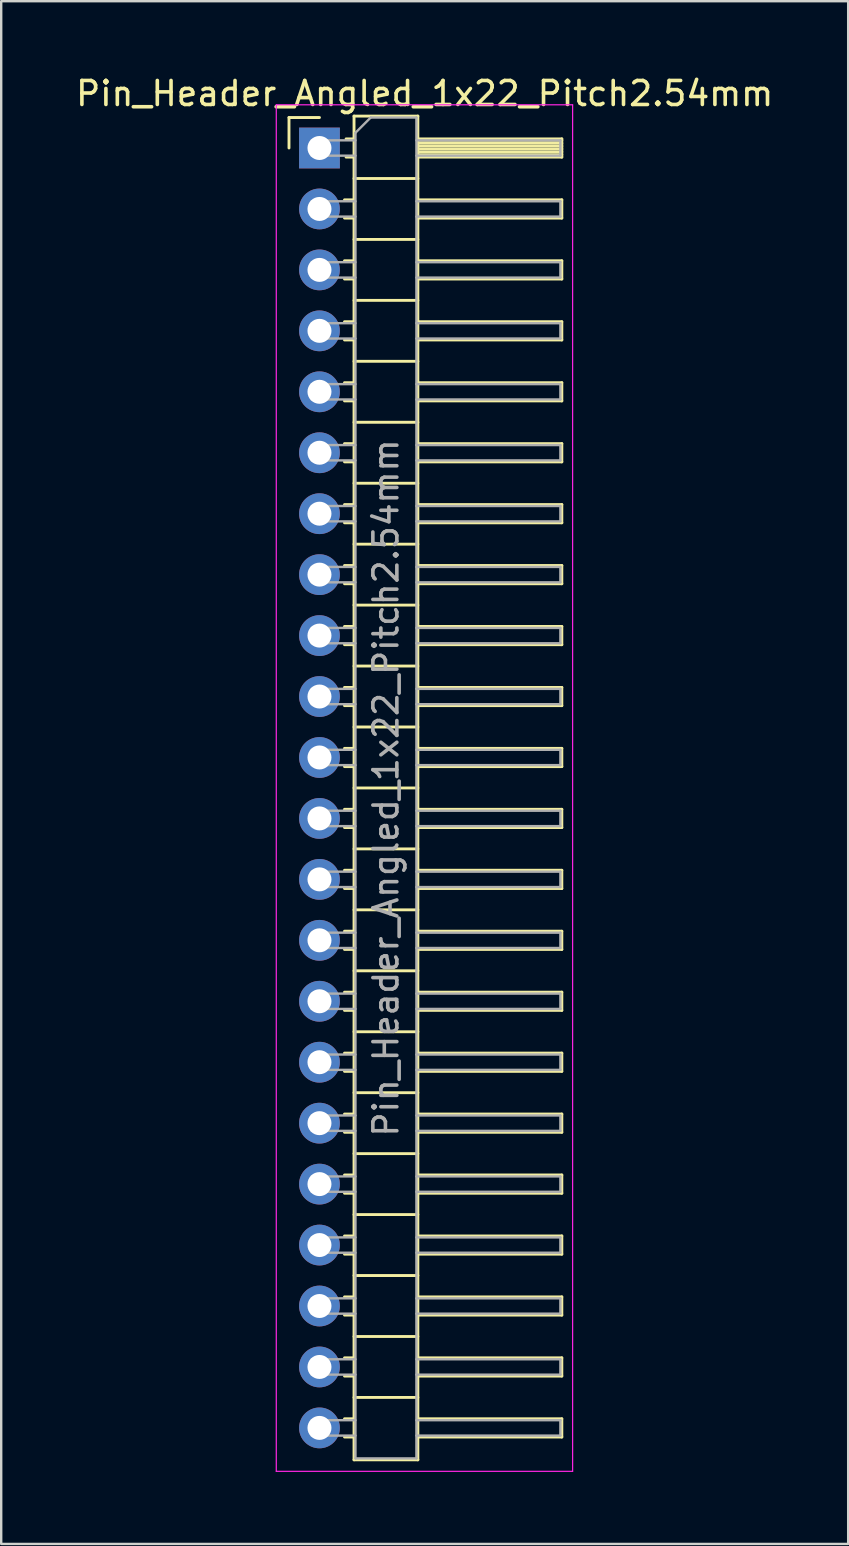
<source format=kicad_pcb>
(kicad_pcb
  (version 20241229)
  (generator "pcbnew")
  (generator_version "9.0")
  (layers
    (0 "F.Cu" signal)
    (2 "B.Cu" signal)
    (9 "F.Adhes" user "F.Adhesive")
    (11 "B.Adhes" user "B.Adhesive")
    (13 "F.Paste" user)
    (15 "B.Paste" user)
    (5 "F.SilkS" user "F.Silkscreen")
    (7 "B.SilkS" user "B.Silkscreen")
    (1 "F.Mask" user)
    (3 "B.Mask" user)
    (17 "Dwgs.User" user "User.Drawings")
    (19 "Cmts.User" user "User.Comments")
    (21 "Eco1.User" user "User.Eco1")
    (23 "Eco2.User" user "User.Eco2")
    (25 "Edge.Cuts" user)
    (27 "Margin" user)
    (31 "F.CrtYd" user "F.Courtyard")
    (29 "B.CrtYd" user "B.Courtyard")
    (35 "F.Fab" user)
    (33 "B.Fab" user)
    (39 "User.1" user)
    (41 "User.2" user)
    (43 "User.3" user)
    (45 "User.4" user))
  (footprint "Pin_Header_Angled_1x22_Pitch2.54mm"
    (layer "F.Cu")
    (at 10.264 3.118)
    (property "Reference" "Pin_Header_Angled_1x22_Pitch2.54mm" (at 4.385 -2.27 0) (layer "F.SilkS") (effects (font (size 1 1) (thickness 0.15))))
    (attr through_hole)
    (fp_line (start -1.27 -1.27) (end 0 -1.27) (stroke (width 0.12) (type solid)) (layer "F.SilkS"))
    (fp_line (start -1.27 0) (end -1.27 -1.27) (stroke (width 0.12) (type solid)) (layer "F.SilkS"))
    (fp_line (start 1.043 2.16) (end 1.44 2.16) (stroke (width 0.12) (type solid)) (layer "F.SilkS"))
    (fp_line (start 1.043 2.92) (end 1.44 2.92) (stroke (width 0.12) (type solid)) (layer "F.SilkS"))
    (fp_line (start 1.043 4.7) (end 1.44 4.7) (stroke (width 0.12) (type solid)) (layer "F.SilkS"))
    (fp_line (start 1.043 5.46) (end 1.44 5.46) (stroke (width 0.12) (type solid)) (layer "F.SilkS"))
    (fp_line (start 1.043 7.24) (end 1.44 7.24) (stroke (width 0.12) (type solid)) (layer "F.SilkS"))
    (fp_line (start 1.043 8) (end 1.44 8) (stroke (width 0.12) (type solid)) (layer "F.SilkS"))
    (fp_line (start 1.043 9.78) (end 1.44 9.78) (stroke (width 0.12) (type solid)) (layer "F.SilkS"))
    (fp_line (start 1.043 10.54) (end 1.44 10.54) (stroke (width 0.12) (type solid)) (layer "F.SilkS"))
    (fp_line (start 1.043 12.32) (end 1.44 12.32) (stroke (width 0.12) (type solid)) (layer "F.SilkS"))
    (fp_line (start 1.043 13.08) (end 1.44 13.08) (stroke (width 0.12) (type solid)) (layer "F.SilkS"))
    (fp_line (start 1.043 14.86) (end 1.44 14.86) (stroke (width 0.12) (type solid)) (layer "F.SilkS"))
    (fp_line (start 1.043 15.62) (end 1.44 15.62) (stroke (width 0.12) (type solid)) (layer "F.SilkS"))
    (fp_line (start 1.043 17.4) (end 1.44 17.4) (stroke (width 0.12) (type solid)) (layer "F.SilkS"))
    (fp_line (start 1.043 18.16) (end 1.44 18.16) (stroke (width 0.12) (type solid)) (layer "F.SilkS"))
    (fp_line (start 1.043 19.94) (end 1.44 19.94) (stroke (width 0.12) (type solid)) (layer "F.SilkS"))
    (fp_line (start 1.043 20.7) (end 1.44 20.7) (stroke (width 0.12) (type solid)) (layer "F.SilkS"))
    (fp_line (start 1.043 22.48) (end 1.44 22.48) (stroke (width 0.12) (type solid)) (layer "F.SilkS"))
    (fp_line (start 1.043 23.24) (end 1.44 23.24) (stroke (width 0.12) (type solid)) (layer "F.SilkS"))
    (fp_line (start 1.043 25.02) (end 1.44 25.02) (stroke (width 0.12) (type solid)) (layer "F.SilkS"))
    (fp_line (start 1.043 25.78) (end 1.44 25.78) (stroke (width 0.12) (type solid)) (layer "F.SilkS"))
    (fp_line (start 1.043 27.56) (end 1.44 27.56) (stroke (width 0.12) (type solid)) (layer "F.SilkS"))
    (fp_line (start 1.043 28.32) (end 1.44 28.32) (stroke (width 0.12) (type solid)) (layer "F.SilkS"))
    (fp_line (start 1.043 30.1) (end 1.44 30.1) (stroke (width 0.12) (type solid)) (layer "F.SilkS"))
    (fp_line (start 1.043 30.86) (end 1.44 30.86) (stroke (width 0.12) (type solid)) (layer "F.SilkS"))
    (fp_line (start 1.043 32.64) (end 1.44 32.64) (stroke (width 0.12) (type solid)) (layer "F.SilkS"))
    (fp_line (start 1.043 33.4) (end 1.44 33.4) (stroke (width 0.12) (type solid)) (layer "F.SilkS"))
    (fp_line (start 1.043 35.18) (end 1.44 35.18) (stroke (width 0.12) (type solid)) (layer "F.SilkS"))
    (fp_line (start 1.043 35.94) (end 1.44 35.94) (stroke (width 0.12) (type solid)) (layer "F.SilkS"))
    (fp_line (start 1.043 37.72) (end 1.44 37.72) (stroke (width 0.12) (type solid)) (layer "F.SilkS"))
    (fp_line (start 1.043 38.48) (end 1.44 38.48) (stroke (width 0.12) (type solid)) (layer "F.SilkS"))
    (fp_line (start 1.043 40.26) (end 1.44 40.26) (stroke (width 0.12) (type solid)) (layer "F.SilkS"))
    (fp_line (start 1.043 41.02) (end 1.44 41.02) (stroke (width 0.12) (type solid)) (layer "F.SilkS"))
    (fp_line (start 1.043 42.8) (end 1.44 42.8) (stroke (width 0.12) (type solid)) (layer "F.SilkS"))
    (fp_line (start 1.043 43.56) (end 1.44 43.56) (stroke (width 0.12) (type solid)) (layer "F.SilkS"))
    (fp_line (start 1.043 45.34) (end 1.44 45.34) (stroke (width 0.12) (type solid)) (layer "F.SilkS"))
    (fp_line (start 1.043 46.1) (end 1.44 46.1) (stroke (width 0.12) (type solid)) (layer "F.SilkS"))
    (fp_line (start 1.043 47.88) (end 1.44 47.88) (stroke (width 0.12) (type solid)) (layer "F.SilkS"))
    (fp_line (start 1.043 48.64) (end 1.44 48.64) (stroke (width 0.12) (type solid)) (layer "F.SilkS"))
    (fp_line (start 1.043 50.42) (end 1.44 50.42) (stroke (width 0.12) (type solid)) (layer "F.SilkS"))
    (fp_line (start 1.043 51.18) (end 1.44 51.18) (stroke (width 0.12) (type solid)) (layer "F.SilkS"))
    (fp_line (start 1.043 52.96) (end 1.44 52.96) (stroke (width 0.12) (type solid)) (layer "F.SilkS"))
    (fp_line (start 1.043 53.72) (end 1.44 53.72) (stroke (width 0.12) (type solid)) (layer "F.SilkS"))
    (fp_line (start 1.11 -0.38) (end 1.44 -0.38) (stroke (width 0.12) (type solid)) (layer "F.SilkS"))
    (fp_line (start 1.11 0.38) (end 1.44 0.38) (stroke (width 0.12) (type solid)) (layer "F.SilkS"))
    (fp_line (start 1.44 -1.33) (end 1.44 54.67) (stroke (width 0.12) (type solid)) (layer "F.SilkS"))
    (fp_line (start 1.44 1.27) (end 4.1 1.27) (stroke (width 0.12) (type solid)) (layer "F.SilkS"))
    (fp_line (start 1.44 3.81) (end 4.1 3.81) (stroke (width 0.12) (type solid)) (layer "F.SilkS"))
    (fp_line (start 1.44 6.35) (end 4.1 6.35) (stroke (width 0.12) (type solid)) (layer "F.SilkS"))
    (fp_line (start 1.44 8.89) (end 4.1 8.89) (stroke (width 0.12) (type solid)) (layer "F.SilkS"))
    (fp_line (start 1.44 11.43) (end 4.1 11.43) (stroke (width 0.12) (type solid)) (layer "F.SilkS"))
    (fp_line (start 1.44 13.97) (end 4.1 13.97) (stroke (width 0.12) (type solid)) (layer "F.SilkS"))
    (fp_line (start 1.44 16.51) (end 4.1 16.51) (stroke (width 0.12) (type solid)) (layer "F.SilkS"))
    (fp_line (start 1.44 19.05) (end 4.1 19.05) (stroke (width 0.12) (type solid)) (layer "F.SilkS"))
    (fp_line (start 1.44 21.59) (end 4.1 21.59) (stroke (width 0.12) (type solid)) (layer "F.SilkS"))
    (fp_line (start 1.44 24.13) (end 4.1 24.13) (stroke (width 0.12) (type solid)) (layer "F.SilkS"))
    (fp_line (start 1.44 26.67) (end 4.1 26.67) (stroke (width 0.12) (type solid)) (layer "F.SilkS"))
    (fp_line (start 1.44 29.21) (end 4.1 29.21) (stroke (width 0.12) (type solid)) (layer "F.SilkS"))
    (fp_line (start 1.44 31.75) (end 4.1 31.75) (stroke (width 0.12) (type solid)) (layer "F.SilkS"))
    (fp_line (start 1.44 34.29) (end 4.1 34.29) (stroke (width 0.12) (type solid)) (layer "F.SilkS"))
    (fp_line (start 1.44 36.83) (end 4.1 36.83) (stroke (width 0.12) (type solid)) (layer "F.SilkS"))
    (fp_line (start 1.44 39.37) (end 4.1 39.37) (stroke (width 0.12) (type solid)) (layer "F.SilkS"))
    (fp_line (start 1.44 41.91) (end 4.1 41.91) (stroke (width 0.12) (type solid)) (layer "F.SilkS"))
    (fp_line (start 1.44 44.45) (end 4.1 44.45) (stroke (width 0.12) (type solid)) (layer "F.SilkS"))
    (fp_line (start 1.44 46.99) (end 4.1 46.99) (stroke (width 0.12) (type solid)) (layer "F.SilkS"))
    (fp_line (start 1.44 49.53) (end 4.1 49.53) (stroke (width 0.12) (type solid)) (layer "F.SilkS"))
    (fp_line (start 1.44 52.07) (end 4.1 52.07) (stroke (width 0.12) (type solid)) (layer "F.SilkS"))
    (fp_line (start 1.44 54.67) (end 4.1 54.67) (stroke (width 0.12) (type solid)) (layer "F.SilkS"))
    (fp_line (start 4.1 -1.33) (end 1.44 -1.33) (stroke (width 0.12) (type solid)) (layer "F.SilkS"))
    (fp_line (start 4.1 -0.38) (end 10.1 -0.38) (stroke (width 0.12) (type solid)) (layer "F.SilkS"))
    (fp_line (start 4.1 -0.32) (end 10.1 -0.32) (stroke (width 0.12) (type solid)) (layer "F.SilkS"))
    (fp_line (start 4.1 -0.2) (end 10.1 -0.2) (stroke (width 0.12) (type solid)) (layer "F.SilkS"))
    (fp_line (start 4.1 -0.08) (end 10.1 -0.08) (stroke (width 0.12) (type solid)) (layer "F.SilkS"))
    (fp_line (start 4.1 0.04) (end 10.1 0.04) (stroke (width 0.12) (type solid)) (layer "F.SilkS"))
    (fp_line (start 4.1 0.16) (end 10.1 0.16) (stroke (width 0.12) (type solid)) (layer "F.SilkS"))
    (fp_line (start 4.1 0.28) (end 10.1 0.28) (stroke (width 0.12) (type solid)) (layer "F.SilkS"))
    (fp_line (start 4.1 2.16) (end 10.1 2.16) (stroke (width 0.12) (type solid)) (layer "F.SilkS"))
    (fp_line (start 4.1 4.7) (end 10.1 4.7) (stroke (width 0.12) (type solid)) (layer "F.SilkS"))
    (fp_line (start 4.1 7.24) (end 10.1 7.24) (stroke (width 0.12) (type solid)) (layer "F.SilkS"))
    (fp_line (start 4.1 9.78) (end 10.1 9.78) (stroke (width 0.12) (type solid)) (layer "F.SilkS"))
    (fp_line (start 4.1 12.32) (end 10.1 12.32) (stroke (width 0.12) (type solid)) (layer "F.SilkS"))
    (fp_line (start 4.1 14.86) (end 10.1 14.86) (stroke (width 0.12) (type solid)) (layer "F.SilkS"))
    (fp_line (start 4.1 17.4) (end 10.1 17.4) (stroke (width 0.12) (type solid)) (layer "F.SilkS"))
    (fp_line (start 4.1 19.94) (end 10.1 19.94) (stroke (width 0.12) (type solid)) (layer "F.SilkS"))
    (fp_line (start 4.1 22.48) (end 10.1 22.48) (stroke (width 0.12) (type solid)) (layer "F.SilkS"))
    (fp_line (start 4.1 25.02) (end 10.1 25.02) (stroke (width 0.12) (type solid)) (layer "F.SilkS"))
    (fp_line (start 4.1 27.56) (end 10.1 27.56) (stroke (width 0.12) (type solid)) (layer "F.SilkS"))
    (fp_line (start 4.1 30.1) (end 10.1 30.1) (stroke (width 0.12) (type solid)) (layer "F.SilkS"))
    (fp_line (start 4.1 32.64) (end 10.1 32.64) (stroke (width 0.12) (type solid)) (layer "F.SilkS"))
    (fp_line (start 4.1 35.18) (end 10.1 35.18) (stroke (width 0.12) (type solid)) (layer "F.SilkS"))
    (fp_line (start 4.1 37.72) (end 10.1 37.72) (stroke (width 0.12) (type solid)) (layer "F.SilkS"))
    (fp_line (start 4.1 40.26) (end 10.1 40.26) (stroke (width 0.12) (type solid)) (layer "F.SilkS"))
    (fp_line (start 4.1 42.8) (end 10.1 42.8) (stroke (width 0.12) (type solid)) (layer "F.SilkS"))
    (fp_line (start 4.1 45.34) (end 10.1 45.34) (stroke (width 0.12) (type solid)) (layer "F.SilkS"))
    (fp_line (start 4.1 47.88) (end 10.1 47.88) (stroke (width 0.12) (type solid)) (layer "F.SilkS"))
    (fp_line (start 4.1 50.42) (end 10.1 50.42) (stroke (width 0.12) (type solid)) (layer "F.SilkS"))
    (fp_line (start 4.1 52.96) (end 10.1 52.96) (stroke (width 0.12) (type solid)) (layer "F.SilkS"))
    (fp_line (start 4.1 54.67) (end 4.1 -1.33) (stroke (width 0.12) (type solid)) (layer "F.SilkS"))
    (fp_line (start 10.1 -0.38) (end 10.1 0.38) (stroke (width 0.12) (type solid)) (layer "F.SilkS"))
    (fp_line (start 10.1 0.38) (end 4.1 0.38) (stroke (width 0.12) (type solid)) (layer "F.SilkS"))
    (fp_line (start 10.1 2.16) (end 10.1 2.92) (stroke (width 0.12) (type solid)) (layer "F.SilkS"))
    (fp_line (start 10.1 2.92) (end 4.1 2.92) (stroke (width 0.12) (type solid)) (layer "F.SilkS"))
    (fp_line (start 10.1 4.7) (end 10.1 5.46) (stroke (width 0.12) (type solid)) (layer "F.SilkS"))
    (fp_line (start 10.1 5.46) (end 4.1 5.46) (stroke (width 0.12) (type solid)) (layer "F.SilkS"))
    (fp_line (start 10.1 7.24) (end 10.1 8) (stroke (width 0.12) (type solid)) (layer "F.SilkS"))
    (fp_line (start 10.1 8) (end 4.1 8) (stroke (width 0.12) (type solid)) (layer "F.SilkS"))
    (fp_line (start 10.1 9.78) (end 10.1 10.54) (stroke (width 0.12) (type solid)) (layer "F.SilkS"))
    (fp_line (start 10.1 10.54) (end 4.1 10.54) (stroke (width 0.12) (type solid)) (layer "F.SilkS"))
    (fp_line (start 10.1 12.32) (end 10.1 13.08) (stroke (width 0.12) (type solid)) (layer "F.SilkS"))
    (fp_line (start 10.1 13.08) (end 4.1 13.08) (stroke (width 0.12) (type solid)) (layer "F.SilkS"))
    (fp_line (start 10.1 14.86) (end 10.1 15.62) (stroke (width 0.12) (type solid)) (layer "F.SilkS"))
    (fp_line (start 10.1 15.62) (end 4.1 15.62) (stroke (width 0.12) (type solid)) (layer "F.SilkS"))
    (fp_line (start 10.1 17.4) (end 10.1 18.16) (stroke (width 0.12) (type solid)) (layer "F.SilkS"))
    (fp_line (start 10.1 18.16) (end 4.1 18.16) (stroke (width 0.12) (type solid)) (layer "F.SilkS"))
    (fp_line (start 10.1 19.94) (end 10.1 20.7) (stroke (width 0.12) (type solid)) (layer "F.SilkS"))
    (fp_line (start 10.1 20.7) (end 4.1 20.7) (stroke (width 0.12) (type solid)) (layer "F.SilkS"))
    (fp_line (start 10.1 22.48) (end 10.1 23.24) (stroke (width 0.12) (type solid)) (layer "F.SilkS"))
    (fp_line (start 10.1 23.24) (end 4.1 23.24) (stroke (width 0.12) (type solid)) (layer "F.SilkS"))
    (fp_line (start 10.1 25.02) (end 10.1 25.78) (stroke (width 0.12) (type solid)) (layer "F.SilkS"))
    (fp_line (start 10.1 25.78) (end 4.1 25.78) (stroke (width 0.12) (type solid)) (layer "F.SilkS"))
    (fp_line (start 10.1 27.56) (end 10.1 28.32) (stroke (width 0.12) (type solid)) (layer "F.SilkS"))
    (fp_line (start 10.1 28.32) (end 4.1 28.32) (stroke (width 0.12) (type solid)) (layer "F.SilkS"))
    (fp_line (start 10.1 30.1) (end 10.1 30.86) (stroke (width 0.12) (type solid)) (layer "F.SilkS"))
    (fp_line (start 10.1 30.86) (end 4.1 30.86) (stroke (width 0.12) (type solid)) (layer "F.SilkS"))
    (fp_line (start 10.1 32.64) (end 10.1 33.4) (stroke (width 0.12) (type solid)) (layer "F.SilkS"))
    (fp_line (start 10.1 33.4) (end 4.1 33.4) (stroke (width 0.12) (type solid)) (layer "F.SilkS"))
    (fp_line (start 10.1 35.18) (end 10.1 35.94) (stroke (width 0.12) (type solid)) (layer "F.SilkS"))
    (fp_line (start 10.1 35.94) (end 4.1 35.94) (stroke (width 0.12) (type solid)) (layer "F.SilkS"))
    (fp_line (start 10.1 37.72) (end 10.1 38.48) (stroke (width 0.12) (type solid)) (layer "F.SilkS"))
    (fp_line (start 10.1 38.48) (end 4.1 38.48) (stroke (width 0.12) (type solid)) (layer "F.SilkS"))
    (fp_line (start 10.1 40.26) (end 10.1 41.02) (stroke (width 0.12) (type solid)) (layer "F.SilkS"))
    (fp_line (start 10.1 41.02) (end 4.1 41.02) (stroke (width 0.12) (type solid)) (layer "F.SilkS"))
    (fp_line (start 10.1 42.8) (end 10.1 43.56) (stroke (width 0.12) (type solid)) (layer "F.SilkS"))
    (fp_line (start 10.1 43.56) (end 4.1 43.56) (stroke (width 0.12) (type solid)) (layer "F.SilkS"))
    (fp_line (start 10.1 45.34) (end 10.1 46.1) (stroke (width 0.12) (type solid)) (layer "F.SilkS"))
    (fp_line (start 10.1 46.1) (end 4.1 46.1) (stroke (width 0.12) (type solid)) (layer "F.SilkS"))
    (fp_line (start 10.1 47.88) (end 10.1 48.64) (stroke (width 0.12) (type solid)) (layer "F.SilkS"))
    (fp_line (start 10.1 48.64) (end 4.1 48.64) (stroke (width 0.12) (type solid)) (layer "F.SilkS"))
    (fp_line (start 10.1 50.42) (end 10.1 51.18) (stroke (width 0.12) (type solid)) (layer "F.SilkS"))
    (fp_line (start 10.1 51.18) (end 4.1 51.18) (stroke (width 0.12) (type solid)) (layer "F.SilkS"))
    (fp_line (start 10.1 52.96) (end 10.1 53.72) (stroke (width 0.12) (type solid)) (layer "F.SilkS"))
    (fp_line (start 10.1 53.72) (end 4.1 53.72) (stroke (width 0.12) (type solid)) (layer "F.SilkS"))
    (fp_line (start -1.8 -1.8) (end -1.8 55.15) (stroke (width 0.05) (type solid)) (layer "F.CrtYd"))
    (fp_line (start -1.8 55.15) (end 10.55 55.15) (stroke (width 0.05) (type solid)) (layer "F.CrtYd"))
    (fp_line (start 10.55 -1.8) (end -1.8 -1.8) (stroke (width 0.05) (type solid)) (layer "F.CrtYd"))
    (fp_line (start 10.55 55.15) (end 10.55 -1.8) (stroke (width 0.05) (type solid)) (layer "F.CrtYd"))
    (fp_line (start -0.32 -0.32) (end -0.32 0.32) (stroke (width 0.1) (type solid)) (layer "F.Fab"))
    (fp_line (start -0.32 -0.32) (end 1.5 -0.32) (stroke (width 0.1) (type solid)) (layer "F.Fab"))
    (fp_line (start -0.32 0.32) (end 1.5 0.32) (stroke (width 0.1) (type solid)) (layer "F.Fab"))
    (fp_line (start -0.32 2.22) (end -0.32 2.86) (stroke (width 0.1) (type solid)) (layer "F.Fab"))
    (fp_line (start -0.32 2.22) (end 1.5 2.22) (stroke (width 0.1) (type solid)) (layer "F.Fab"))
    (fp_line (start -0.32 2.86) (end 1.5 2.86) (stroke (width 0.1) (type solid)) (layer "F.Fab"))
    (fp_line (start -0.32 4.76) (end -0.32 5.4) (stroke (width 0.1) (type solid)) (layer "F.Fab"))
    (fp_line (start -0.32 4.76) (end 1.5 4.76) (stroke (width 0.1) (type solid)) (layer "F.Fab"))
    (fp_line (start -0.32 5.4) (end 1.5 5.4) (stroke (width 0.1) (type solid)) (layer "F.Fab"))
    (fp_line (start -0.32 7.3) (end -0.32 7.94) (stroke (width 0.1) (type solid)) (layer "F.Fab"))
    (fp_line (start -0.32 7.3) (end 1.5 7.3) (stroke (width 0.1) (type solid)) (layer "F.Fab"))
    (fp_line (start -0.32 7.94) (end 1.5 7.94) (stroke (width 0.1) (type solid)) (layer "F.Fab"))
    (fp_line (start -0.32 9.84) (end -0.32 10.48) (stroke (width 0.1) (type solid)) (layer "F.Fab"))
    (fp_line (start -0.32 9.84) (end 1.5 9.84) (stroke (width 0.1) (type solid)) (layer "F.Fab"))
    (fp_line (start -0.32 10.48) (end 1.5 10.48) (stroke (width 0.1) (type solid)) (layer "F.Fab"))
    (fp_line (start -0.32 12.38) (end -0.32 13.02) (stroke (width 0.1) (type solid)) (layer "F.Fab"))
    (fp_line (start -0.32 12.38) (end 1.5 12.38) (stroke (width 0.1) (type solid)) (layer "F.Fab"))
    (fp_line (start -0.32 13.02) (end 1.5 13.02) (stroke (width 0.1) (type solid)) (layer "F.Fab"))
    (fp_line (start -0.32 14.92) (end -0.32 15.56) (stroke (width 0.1) (type solid)) (layer "F.Fab"))
    (fp_line (start -0.32 14.92) (end 1.5 14.92) (stroke (width 0.1) (type solid)) (layer "F.Fab"))
    (fp_line (start -0.32 15.56) (end 1.5 15.56) (stroke (width 0.1) (type solid)) (layer "F.Fab"))
    (fp_line (start -0.32 17.46) (end -0.32 18.1) (stroke (width 0.1) (type solid)) (layer "F.Fab"))
    (fp_line (start -0.32 17.46) (end 1.5 17.46) (stroke (width 0.1) (type solid)) (layer "F.Fab"))
    (fp_line (start -0.32 18.1) (end 1.5 18.1) (stroke (width 0.1) (type solid)) (layer "F.Fab"))
    (fp_line (start -0.32 20) (end -0.32 20.64) (stroke (width 0.1) (type solid)) (layer "F.Fab"))
    (fp_line (start -0.32 20) (end 1.5 20) (stroke (width 0.1) (type solid)) (layer "F.Fab"))
    (fp_line (start -0.32 20.64) (end 1.5 20.64) (stroke (width 0.1) (type solid)) (layer "F.Fab"))
    (fp_line (start -0.32 22.54) (end -0.32 23.18) (stroke (width 0.1) (type solid)) (layer "F.Fab"))
    (fp_line (start -0.32 22.54) (end 1.5 22.54) (stroke (width 0.1) (type solid)) (layer "F.Fab"))
    (fp_line (start -0.32 23.18) (end 1.5 23.18) (stroke (width 0.1) (type solid)) (layer "F.Fab"))
    (fp_line (start -0.32 25.08) (end -0.32 25.72) (stroke (width 0.1) (type solid)) (layer "F.Fab"))
    (fp_line (start -0.32 25.08) (end 1.5 25.08) (stroke (width 0.1) (type solid)) (layer "F.Fab"))
    (fp_line (start -0.32 25.72) (end 1.5 25.72) (stroke (width 0.1) (type solid)) (layer "F.Fab"))
    (fp_line (start -0.32 27.62) (end -0.32 28.26) (stroke (width 0.1) (type solid)) (layer "F.Fab"))
    (fp_line (start -0.32 27.62) (end 1.5 27.62) (stroke (width 0.1) (type solid)) (layer "F.Fab"))
    (fp_line (start -0.32 28.26) (end 1.5 28.26) (stroke (width 0.1) (type solid)) (layer "F.Fab"))
    (fp_line (start -0.32 30.16) (end -0.32 30.8) (stroke (width 0.1) (type solid)) (layer "F.Fab"))
    (fp_line (start -0.32 30.16) (end 1.5 30.16) (stroke (width 0.1) (type solid)) (layer "F.Fab"))
    (fp_line (start -0.32 30.8) (end 1.5 30.8) (stroke (width 0.1) (type solid)) (layer "F.Fab"))
    (fp_line (start -0.32 32.7) (end -0.32 33.34) (stroke (width 0.1) (type solid)) (layer "F.Fab"))
    (fp_line (start -0.32 32.7) (end 1.5 32.7) (stroke (width 0.1) (type solid)) (layer "F.Fab"))
    (fp_line (start -0.32 33.34) (end 1.5 33.34) (stroke (width 0.1) (type solid)) (layer "F.Fab"))
    (fp_line (start -0.32 35.24) (end -0.32 35.88) (stroke (width 0.1) (type solid)) (layer "F.Fab"))
    (fp_line (start -0.32 35.24) (end 1.5 35.24) (stroke (width 0.1) (type solid)) (layer "F.Fab"))
    (fp_line (start -0.32 35.88) (end 1.5 35.88) (stroke (width 0.1) (type solid)) (layer "F.Fab"))
    (fp_line (start -0.32 37.78) (end -0.32 38.42) (stroke (width 0.1) (type solid)) (layer "F.Fab"))
    (fp_line (start -0.32 37.78) (end 1.5 37.78) (stroke (width 0.1) (type solid)) (layer "F.Fab"))
    (fp_line (start -0.32 38.42) (end 1.5 38.42) (stroke (width 0.1) (type solid)) (layer "F.Fab"))
    (fp_line (start -0.32 40.32) (end -0.32 40.96) (stroke (width 0.1) (type solid)) (layer "F.Fab"))
    (fp_line (start -0.32 40.32) (end 1.5 40.32) (stroke (width 0.1) (type solid)) (layer "F.Fab"))
    (fp_line (start -0.32 40.96) (end 1.5 40.96) (stroke (width 0.1) (type solid)) (layer "F.Fab"))
    (fp_line (start -0.32 42.86) (end -0.32 43.5) (stroke (width 0.1) (type solid)) (layer "F.Fab"))
    (fp_line (start -0.32 42.86) (end 1.5 42.86) (stroke (width 0.1) (type solid)) (layer "F.Fab"))
    (fp_line (start -0.32 43.5) (end 1.5 43.5) (stroke (width 0.1) (type solid)) (layer "F.Fab"))
    (fp_line (start -0.32 45.4) (end -0.32 46.04) (stroke (width 0.1) (type solid)) (layer "F.Fab"))
    (fp_line (start -0.32 45.4) (end 1.5 45.4) (stroke (width 0.1) (type solid)) (layer "F.Fab"))
    (fp_line (start -0.32 46.04) (end 1.5 46.04) (stroke (width 0.1) (type solid)) (layer "F.Fab"))
    (fp_line (start -0.32 47.94) (end -0.32 48.58) (stroke (width 0.1) (type solid)) (layer "F.Fab"))
    (fp_line (start -0.32 47.94) (end 1.5 47.94) (stroke (width 0.1) (type solid)) (layer "F.Fab"))
    (fp_line (start -0.32 48.58) (end 1.5 48.58) (stroke (width 0.1) (type solid)) (layer "F.Fab"))
    (fp_line (start -0.32 50.48) (end -0.32 51.12) (stroke (width 0.1) (type solid)) (layer "F.Fab"))
    (fp_line (start -0.32 50.48) (end 1.5 50.48) (stroke (width 0.1) (type solid)) (layer "F.Fab"))
    (fp_line (start -0.32 51.12) (end 1.5 51.12) (stroke (width 0.1) (type solid)) (layer "F.Fab"))
    (fp_line (start -0.32 53.02) (end -0.32 53.66) (stroke (width 0.1) (type solid)) (layer "F.Fab"))
    (fp_line (start -0.32 53.02) (end 1.5 53.02) (stroke (width 0.1) (type solid)) (layer "F.Fab"))
    (fp_line (start -0.32 53.66) (end 1.5 53.66) (stroke (width 0.1) (type solid)) (layer "F.Fab"))
    (fp_line (start 1.5 -0.635) (end 2.135 -1.27) (stroke (width 0.1) (type solid)) (layer "F.Fab"))
    (fp_line (start 1.5 54.61) (end 1.5 -0.635) (stroke (width 0.1) (type solid)) (layer "F.Fab"))
    (fp_line (start 2.135 -1.27) (end 4.04 -1.27) (stroke (width 0.1) (type solid)) (layer "F.Fab"))
    (fp_line (start 4.04 -1.27) (end 4.04 54.61) (stroke (width 0.1) (type solid)) (layer "F.Fab"))
    (fp_line (start 4.04 -0.32) (end 10.04 -0.32) (stroke (width 0.1) (type solid)) (layer "F.Fab"))
    (fp_line (start 4.04 0.32) (end 10.04 0.32) (stroke (width 0.1) (type solid)) (layer "F.Fab"))
    (fp_line (start 4.04 2.22) (end 10.04 2.22) (stroke (width 0.1) (type solid)) (layer "F.Fab"))
    (fp_line (start 4.04 2.86) (end 10.04 2.86) (stroke (width 0.1) (type solid)) (layer "F.Fab"))
    (fp_line (start 4.04 4.76) (end 10.04 4.76) (stroke (width 0.1) (type solid)) (layer "F.Fab"))
    (fp_line (start 4.04 5.4) (end 10.04 5.4) (stroke (width 0.1) (type solid)) (layer "F.Fab"))
    (fp_line (start 4.04 7.3) (end 10.04 7.3) (stroke (width 0.1) (type solid)) (layer "F.Fab"))
    (fp_line (start 4.04 7.94) (end 10.04 7.94) (stroke (width 0.1) (type solid)) (layer "F.Fab"))
    (fp_line (start 4.04 9.84) (end 10.04 9.84) (stroke (width 0.1) (type solid)) (layer "F.Fab"))
    (fp_line (start 4.04 10.48) (end 10.04 10.48) (stroke (width 0.1) (type solid)) (layer "F.Fab"))
    (fp_line (start 4.04 12.38) (end 10.04 12.38) (stroke (width 0.1) (type solid)) (layer "F.Fab"))
    (fp_line (start 4.04 13.02) (end 10.04 13.02) (stroke (width 0.1) (type solid)) (layer "F.Fab"))
    (fp_line (start 4.04 14.92) (end 10.04 14.92) (stroke (width 0.1) (type solid)) (layer "F.Fab"))
    (fp_line (start 4.04 15.56) (end 10.04 15.56) (stroke (width 0.1) (type solid)) (layer "F.Fab"))
    (fp_line (start 4.04 17.46) (end 10.04 17.46) (stroke (width 0.1) (type solid)) (layer "F.Fab"))
    (fp_line (start 4.04 18.1) (end 10.04 18.1) (stroke (width 0.1) (type solid)) (layer "F.Fab"))
    (fp_line (start 4.04 20) (end 10.04 20) (stroke (width 0.1) (type solid)) (layer "F.Fab"))
    (fp_line (start 4.04 20.64) (end 10.04 20.64) (stroke (width 0.1) (type solid)) (layer "F.Fab"))
    (fp_line (start 4.04 22.54) (end 10.04 22.54) (stroke (width 0.1) (type solid)) (layer "F.Fab"))
    (fp_line (start 4.04 23.18) (end 10.04 23.18) (stroke (width 0.1) (type solid)) (layer "F.Fab"))
    (fp_line (start 4.04 25.08) (end 10.04 25.08) (stroke (width 0.1) (type solid)) (layer "F.Fab"))
    (fp_line (start 4.04 25.72) (end 10.04 25.72) (stroke (width 0.1) (type solid)) (layer "F.Fab"))
    (fp_line (start 4.04 27.62) (end 10.04 27.62) (stroke (width 0.1) (type solid)) (layer "F.Fab"))
    (fp_line (start 4.04 28.26) (end 10.04 28.26) (stroke (width 0.1) (type solid)) (layer "F.Fab"))
    (fp_line (start 4.04 30.16) (end 10.04 30.16) (stroke (width 0.1) (type solid)) (layer "F.Fab"))
    (fp_line (start 4.04 30.8) (end 10.04 30.8) (stroke (width 0.1) (type solid)) (layer "F.Fab"))
    (fp_line (start 4.04 32.7) (end 10.04 32.7) (stroke (width 0.1) (type solid)) (layer "F.Fab"))
    (fp_line (start 4.04 33.34) (end 10.04 33.34) (stroke (width 0.1) (type solid)) (layer "F.Fab"))
    (fp_line (start 4.04 35.24) (end 10.04 35.24) (stroke (width 0.1) (type solid)) (layer "F.Fab"))
    (fp_line (start 4.04 35.88) (end 10.04 35.88) (stroke (width 0.1) (type solid)) (layer "F.Fab"))
    (fp_line (start 4.04 37.78) (end 10.04 37.78) (stroke (width 0.1) (type solid)) (layer "F.Fab"))
    (fp_line (start 4.04 38.42) (end 10.04 38.42) (stroke (width 0.1) (type solid)) (layer "F.Fab"))
    (fp_line (start 4.04 40.32) (end 10.04 40.32) (stroke (width 0.1) (type solid)) (layer "F.Fab"))
    (fp_line (start 4.04 40.96) (end 10.04 40.96) (stroke (width 0.1) (type solid)) (layer "F.Fab"))
    (fp_line (start 4.04 42.86) (end 10.04 42.86) (stroke (width 0.1) (type solid)) (layer "F.Fab"))
    (fp_line (start 4.04 43.5) (end 10.04 43.5) (stroke (width 0.1) (type solid)) (layer "F.Fab"))
    (fp_line (start 4.04 45.4) (end 10.04 45.4) (stroke (width 0.1) (type solid)) (layer "F.Fab"))
    (fp_line (start 4.04 46.04) (end 10.04 46.04) (stroke (width 0.1) (type solid)) (layer "F.Fab"))
    (fp_line (start 4.04 47.94) (end 10.04 47.94) (stroke (width 0.1) (type solid)) (layer "F.Fab"))
    (fp_line (start 4.04 48.58) (end 10.04 48.58) (stroke (width 0.1) (type solid)) (layer "F.Fab"))
    (fp_line (start 4.04 50.48) (end 10.04 50.48) (stroke (width 0.1) (type solid)) (layer "F.Fab"))
    (fp_line (start 4.04 51.12) (end 10.04 51.12) (stroke (width 0.1) (type solid)) (layer "F.Fab"))
    (fp_line (start 4.04 53.02) (end 10.04 53.02) (stroke (width 0.1) (type solid)) (layer "F.Fab"))
    (fp_line (start 4.04 53.66) (end 10.04 53.66) (stroke (width 0.1) (type solid)) (layer "F.Fab"))
    (fp_line (start 4.04 54.61) (end 1.5 54.61) (stroke (width 0.1) (type solid)) (layer "F.Fab"))
    (fp_line (start 10.04 -0.32) (end 10.04 0.32) (stroke (width 0.1) (type solid)) (layer "F.Fab"))
    (fp_line (start 10.04 2.22) (end 10.04 2.86) (stroke (width 0.1) (type solid)) (layer "F.Fab"))
    (fp_line (start 10.04 4.76) (end 10.04 5.4) (stroke (width 0.1) (type solid)) (layer "F.Fab"))
    (fp_line (start 10.04 7.3) (end 10.04 7.94) (stroke (width 0.1) (type solid)) (layer "F.Fab"))
    (fp_line (start 10.04 9.84) (end 10.04 10.48) (stroke (width 0.1) (type solid)) (layer "F.Fab"))
    (fp_line (start 10.04 12.38) (end 10.04 13.02) (stroke (width 0.1) (type solid)) (layer "F.Fab"))
    (fp_line (start 10.04 14.92) (end 10.04 15.56) (stroke (width 0.1) (type solid)) (layer "F.Fab"))
    (fp_line (start 10.04 17.46) (end 10.04 18.1) (stroke (width 0.1) (type solid)) (layer "F.Fab"))
    (fp_line (start 10.04 20) (end 10.04 20.64) (stroke (width 0.1) (type solid)) (layer "F.Fab"))
    (fp_line (start 10.04 22.54) (end 10.04 23.18) (stroke (width 0.1) (type solid)) (layer "F.Fab"))
    (fp_line (start 10.04 25.08) (end 10.04 25.72) (stroke (width 0.1) (type solid)) (layer "F.Fab"))
    (fp_line (start 10.04 27.62) (end 10.04 28.26) (stroke (width 0.1) (type solid)) (layer "F.Fab"))
    (fp_line (start 10.04 30.16) (end 10.04 30.8) (stroke (width 0.1) (type solid)) (layer "F.Fab"))
    (fp_line (start 10.04 32.7) (end 10.04 33.34) (stroke (width 0.1) (type solid)) (layer "F.Fab"))
    (fp_line (start 10.04 35.24) (end 10.04 35.88) (stroke (width 0.1) (type solid)) (layer "F.Fab"))
    (fp_line (start 10.04 37.78) (end 10.04 38.42) (stroke (width 0.1) (type solid)) (layer "F.Fab"))
    (fp_line (start 10.04 40.32) (end 10.04 40.96) (stroke (width 0.1) (type solid)) (layer "F.Fab"))
    (fp_line (start 10.04 42.86) (end 10.04 43.5) (stroke (width 0.1) (type solid)) (layer "F.Fab"))
    (fp_line (start 10.04 45.4) (end 10.04 46.04) (stroke (width 0.1) (type solid)) (layer "F.Fab"))
    (fp_line (start 10.04 47.94) (end 10.04 48.58) (stroke (width 0.1) (type solid)) (layer "F.Fab"))
    (fp_line (start 10.04 50.48) (end 10.04 51.12) (stroke (width 0.1) (type solid)) (layer "F.Fab"))
    (fp_line (start 10.04 53.02) (end 10.04 53.66) (stroke (width 0.1) (type solid)) (layer "F.Fab"))
    (fp_text user "${REFERENCE}" (at 2.77 26.67 90) (layer "F.Fab") (effects (font (size 1 1) (thickness 0.15))))
    (pad "1" thru_hole rect (at 0 0) (size 1.7 1.7) (drill 1) (layers "*.Cu" "*.Mask"))
    (pad "2" thru_hole oval (at 0 2.54) (size 1.7 1.7) (drill 1) (layers "*.Cu" "*.Mask"))
    (pad "3" thru_hole oval (at 0 5.08) (size 1.7 1.7) (drill 1) (layers "*.Cu" "*.Mask"))
    (pad "4" thru_hole oval (at 0 7.62) (size 1.7 1.7) (drill 1) (layers "*.Cu" "*.Mask"))
    (pad "5" thru_hole oval (at 0 10.16) (size 1.7 1.7) (drill 1) (layers "*.Cu" "*.Mask"))
    (pad "6" thru_hole oval (at 0 12.7) (size 1.7 1.7) (drill 1) (layers "*.Cu" "*.Mask"))
    (pad "7" thru_hole oval (at 0 15.24) (size 1.7 1.7) (drill 1) (layers "*.Cu" "*.Mask"))
    (pad "8" thru_hole oval (at 0 17.78) (size 1.7 1.7) (drill 1) (layers "*.Cu" "*.Mask"))
    (pad "9" thru_hole oval (at 0 20.32) (size 1.7 1.7) (drill 1) (layers "*.Cu" "*.Mask"))
    (pad "10" thru_hole oval (at 0 22.86) (size 1.7 1.7) (drill 1) (layers "*.Cu" "*.Mask"))
    (pad "11" thru_hole oval (at 0 25.4) (size 1.7 1.7) (drill 1) (layers "*.Cu" "*.Mask"))
    (pad "12" thru_hole oval (at 0 27.94) (size 1.7 1.7) (drill 1) (layers "*.Cu" "*.Mask"))
    (pad "13" thru_hole oval (at 0 30.48) (size 1.7 1.7) (drill 1) (layers "*.Cu" "*.Mask"))
    (pad "14" thru_hole oval (at 0 33.02) (size 1.7 1.7) (drill 1) (layers "*.Cu" "*.Mask"))
    (pad "15" thru_hole oval (at 0 35.56) (size 1.7 1.7) (drill 1) (layers "*.Cu" "*.Mask"))
    (pad "16" thru_hole oval (at 0 38.1) (size 1.7 1.7) (drill 1) (layers "*.Cu" "*.Mask"))
    (pad "17" thru_hole oval (at 0 40.64) (size 1.7 1.7) (drill 1) (layers "*.Cu" "*.Mask"))
    (pad "18" thru_hole oval (at 0 43.18) (size 1.7 1.7) (drill 1) (layers "*.Cu" "*.Mask"))
    (pad "19" thru_hole oval (at 0 45.72) (size 1.7 1.7) (drill 1) (layers "*.Cu" "*.Mask"))
    (pad "20" thru_hole oval (at 0 48.26) (size 1.7 1.7) (drill 1) (layers "*.Cu" "*.Mask"))
    (pad "21" thru_hole oval (at 0 50.8) (size 1.7 1.7) (drill 1) (layers "*.Cu" "*.Mask"))
    (pad "22" thru_hole oval (at 0 53.34) (size 1.7 1.7) (drill 1) (layers "*.Cu" "*.Mask")))
  (gr_rect
    (start -3 -3)
    (end 32.298 61.293)
    (stroke (width 0.1) (type default))
    (fill no)
    (layer "Edge.Cuts")))
</source>
